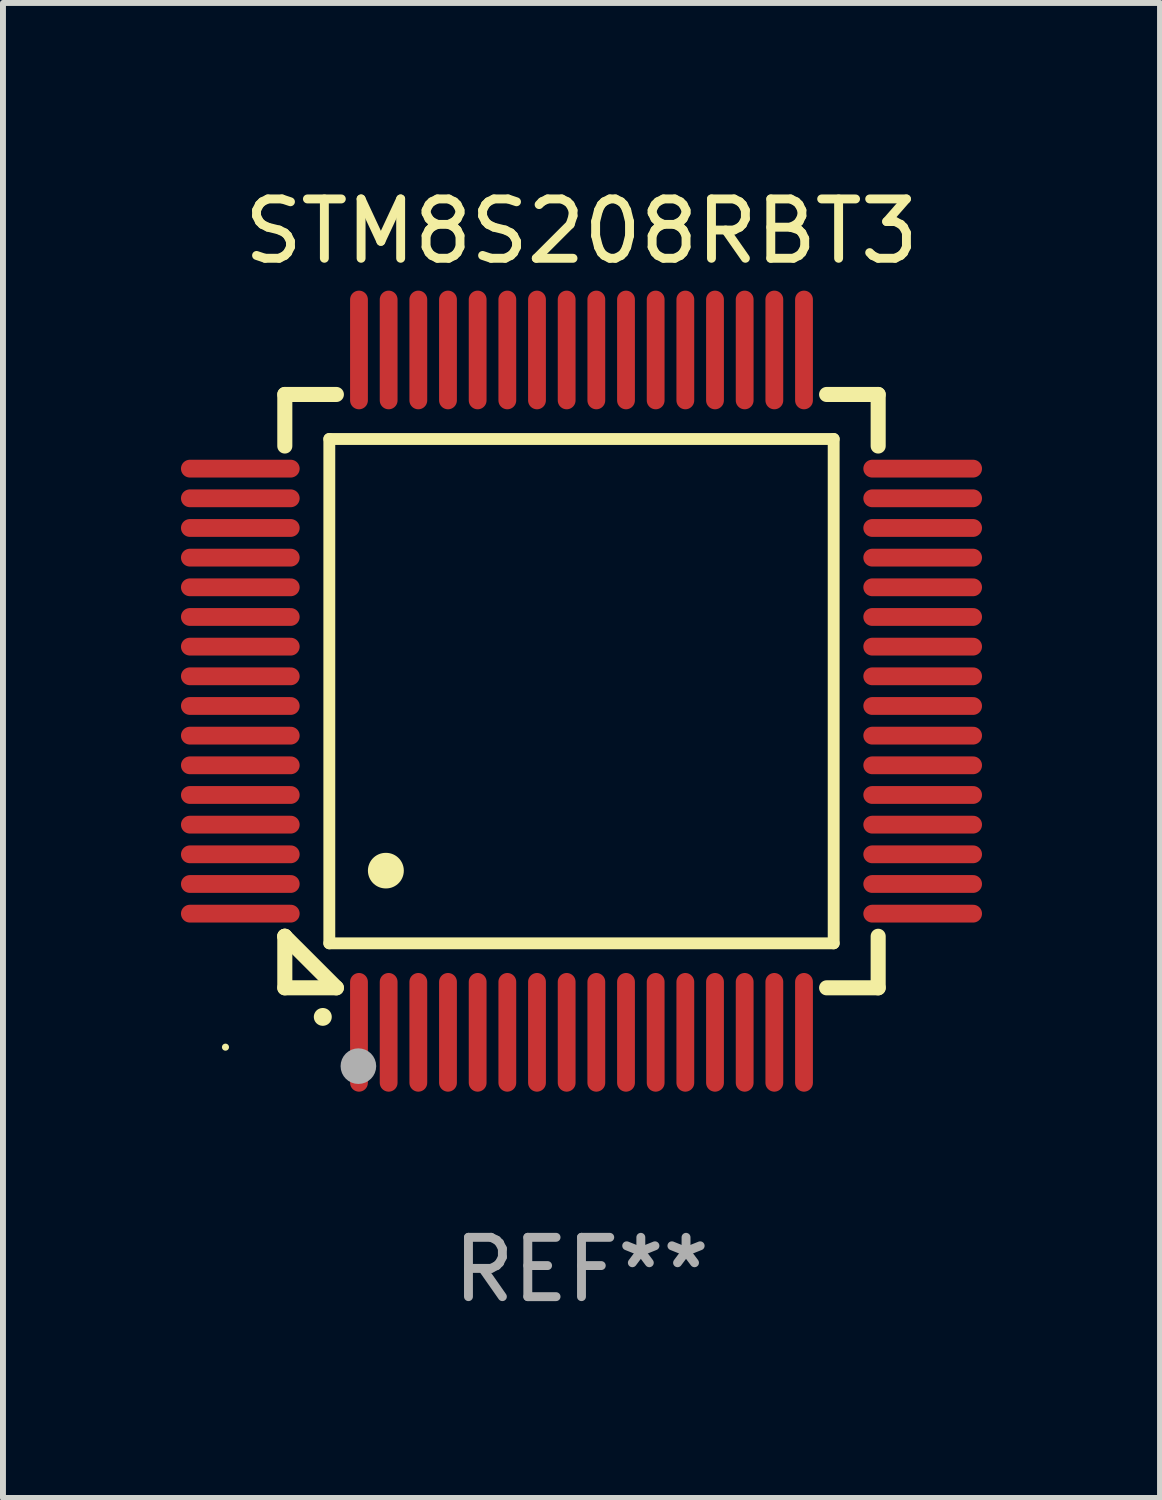
<source format=kicad_pcb>
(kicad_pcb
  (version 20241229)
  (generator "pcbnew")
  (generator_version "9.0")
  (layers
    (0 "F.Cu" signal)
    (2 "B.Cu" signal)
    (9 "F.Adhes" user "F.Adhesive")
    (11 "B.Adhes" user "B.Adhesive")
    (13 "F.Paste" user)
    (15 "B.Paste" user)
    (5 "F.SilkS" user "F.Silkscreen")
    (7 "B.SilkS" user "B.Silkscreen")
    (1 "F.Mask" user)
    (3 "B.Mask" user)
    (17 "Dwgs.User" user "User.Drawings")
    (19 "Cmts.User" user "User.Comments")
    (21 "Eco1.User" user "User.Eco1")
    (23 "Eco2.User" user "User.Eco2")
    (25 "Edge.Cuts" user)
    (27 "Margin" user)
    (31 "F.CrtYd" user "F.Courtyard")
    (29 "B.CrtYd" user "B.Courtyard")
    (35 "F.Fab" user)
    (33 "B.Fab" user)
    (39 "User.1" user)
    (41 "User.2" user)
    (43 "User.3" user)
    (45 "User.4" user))
  (footprint "STM8S208RBT3"
    (layer "F.Cu")
    (at 6.75 8.598)
    (property "Reference" "STM8S208RBT3" (at 0 -7.75 0) (layer "F.SilkS") (effects (font (size 1 1) (thickness 0.15))))
    (attr through_hole)
    (fp_line (start -5 -5) (end -4.131 -5) (stroke (width 0.254) (type solid)) (layer "F.SilkS"))
    (fp_line (start -5 -4.131) (end -5 -5) (stroke (width 0.254) (type solid)) (layer "F.SilkS"))
    (fp_line (start -5 4.131) (end -5 4.131) (stroke (width 0.254) (type solid)) (layer "F.SilkS"))
    (fp_line (start -5 5) (end -5 4.131) (stroke (width 0.254) (type solid)) (layer "F.SilkS"))
    (fp_line (start -5 4.131) (end -4.131 5) (stroke (width 0.254) (type solid)) (layer "F.SilkS"))
    (fp_line (start -4.25 -4.25) (end -4.25 4.25) (stroke (width 0.2) (type solid)) (layer "F.SilkS"))
    (fp_line (start -4.25 4.25) (end 4.25 4.25) (stroke (width 0.2) (type solid)) (layer "F.SilkS"))
    (fp_line (start -4.131 5) (end -5 5) (stroke (width 0.254) (type solid)) (layer "F.SilkS"))
    (fp_line (start 4.25 -4.25) (end -4.25 -4.25) (stroke (width 0.2) (type solid)) (layer "F.SilkS"))
    (fp_line (start 4.25 4.25) (end 4.25 -4.25) (stroke (width 0.2) (type solid)) (layer "F.SilkS"))
    (fp_line (start 5 -5) (end 4.131 -5) (stroke (width 0.254) (type solid)) (layer "F.SilkS"))
    (fp_line (start 5 -5) (end 5 -4.131) (stroke (width 0.254) (type solid)) (layer "F.SilkS"))
    (fp_line (start 5 4.131) (end 5 5) (stroke (width 0.254) (type solid)) (layer "F.SilkS"))
    (fp_line (start 5 5) (end 4.131 5) (stroke (width 0.254) (type solid)) (layer "F.SilkS"))
    (fp_arc (start -4.361265 5.489992) (mid -4.359995 5.489987) (end -4.358725 5.489992) (stroke (width 0.3) (type solid)) (layer "F.SilkS"))
    (fp_arc (start -3.299467 3.025146) (mid -3.296927 3.025135) (end -3.294387 3.025146) (stroke (width 0.6) (type solid)) (layer "F.SilkS"))
    (fp_circle (center -6 6) (end -5.97 6) (stroke (width 0.06) (type solid)) (fill no) (layer "F.SilkS"))
    (fp_circle (center -3.76 6.32) (end -3.61 6.32) (stroke (width 0.3) (type solid)) (fill no) (layer "F.Fab"))
    (fp_text user "REF**" (at 0 9.75 0) (layer "F.Fab") (effects (font (size 1 1) (thickness 0.15))))
    (pad "1" smd oval (at -3.75 5.75) (size 0.3 2) (layers "F.Cu" "F.Mask" "F.Paste"))
    (pad "2" smd oval (at -3.25 5.75) (size 0.3 2) (layers "F.Cu" "F.Mask" "F.Paste"))
    (pad "3" smd oval (at -2.75 5.75) (size 0.3 2) (layers "F.Cu" "F.Mask" "F.Paste"))
    (pad "4" smd oval (at -2.25 5.75) (size 0.3 2) (layers "F.Cu" "F.Mask" "F.Paste"))
    (pad "5" smd oval (at -1.75 5.75) (size 0.3 2) (layers "F.Cu" "F.Mask" "F.Paste"))
    (pad "6" smd oval (at -1.25 5.75) (size 0.3 2) (layers "F.Cu" "F.Mask" "F.Paste"))
    (pad "7" smd oval (at -0.75 5.75) (size 0.3 2) (layers "F.Cu" "F.Mask" "F.Paste"))
    (pad "8" smd oval (at -0.25 5.75) (size 0.3 2) (layers "F.Cu" "F.Mask" "F.Paste"))
    (pad "9" smd oval (at 0.25 5.75) (size 0.3 2) (layers "F.Cu" "F.Mask" "F.Paste"))
    (pad "10" smd oval (at 0.75 5.75) (size 0.3 2) (layers "F.Cu" "F.Mask" "F.Paste"))
    (pad "11" smd oval (at 1.25 5.75) (size 0.3 2) (layers "F.Cu" "F.Mask" "F.Paste"))
    (pad "12" smd oval (at 1.75 5.75) (size 0.3 2) (layers "F.Cu" "F.Mask" "F.Paste"))
    (pad "13" smd oval (at 2.25 5.75) (size 0.3 2) (layers "F.Cu" "F.Mask" "F.Paste"))
    (pad "14" smd oval (at 2.75 5.75) (size 0.3 2) (layers "F.Cu" "F.Mask" "F.Paste"))
    (pad "15" smd oval (at 3.25 5.75) (size 0.3 2) (layers "F.Cu" "F.Mask" "F.Paste"))
    (pad "16" smd oval (at 3.75 5.75) (size 0.3 2) (layers "F.Cu" "F.Mask" "F.Paste"))
    (pad "17" smd oval (at 5.75 3.75) (size 2 0.3) (layers "F.Cu" "F.Mask" "F.Paste"))
    (pad "18" smd oval (at 5.75 3.25) (size 2 0.3) (layers "F.Cu" "F.Mask" "F.Paste"))
    (pad "19" smd oval (at 5.75 2.75) (size 2 0.3) (layers "F.Cu" "F.Mask" "F.Paste"))
    (pad "20" smd oval (at 5.75 2.25) (size 2 0.3) (layers "F.Cu" "F.Mask" "F.Paste"))
    (pad "21" smd oval (at 5.75 1.75) (size 2 0.3) (layers "F.Cu" "F.Mask" "F.Paste"))
    (pad "22" smd oval (at 5.75 1.25) (size 2 0.3) (layers "F.Cu" "F.Mask" "F.Paste"))
    (pad "23" smd oval (at 5.75 0.75) (size 2 0.3) (layers "F.Cu" "F.Mask" "F.Paste"))
    (pad "24" smd oval (at 5.75 0.25) (size 2 0.3) (layers "F.Cu" "F.Mask" "F.Paste"))
    (pad "25" smd oval (at 5.75 -0.25) (size 2 0.3) (layers "F.Cu" "F.Mask" "F.Paste"))
    (pad "26" smd oval (at 5.75 -0.75) (size 2 0.3) (layers "F.Cu" "F.Mask" "F.Paste"))
    (pad "27" smd oval (at 5.75 -1.25) (size 2 0.3) (layers "F.Cu" "F.Mask" "F.Paste"))
    (pad "28" smd oval (at 5.75 -1.75) (size 2 0.3) (layers "F.Cu" "F.Mask" "F.Paste"))
    (pad "29" smd oval (at 5.75 -2.25) (size 2 0.3) (layers "F.Cu" "F.Mask" "F.Paste"))
    (pad "30" smd oval (at 5.75 -2.75) (size 2 0.3) (layers "F.Cu" "F.Mask" "F.Paste"))
    (pad "31" smd oval (at 5.75 -3.25) (size 2 0.3) (layers "F.Cu" "F.Mask" "F.Paste"))
    (pad "32" smd oval (at 5.75 -3.75) (size 2 0.3) (layers "F.Cu" "F.Mask" "F.Paste"))
    (pad "33" smd oval (at 3.75 -5.75) (size 0.3 2) (layers "F.Cu" "F.Mask" "F.Paste"))
    (pad "34" smd oval (at 3.25 -5.75) (size 0.3 2) (layers "F.Cu" "F.Mask" "F.Paste"))
    (pad "35" smd oval (at 2.75 -5.75) (size 0.3 2) (layers "F.Cu" "F.Mask" "F.Paste"))
    (pad "36" smd oval (at 2.25 -5.75) (size 0.3 2) (layers "F.Cu" "F.Mask" "F.Paste"))
    (pad "37" smd oval (at 1.75 -5.75) (size 0.3 2) (layers "F.Cu" "F.Mask" "F.Paste"))
    (pad "38" smd oval (at 1.25 -5.75) (size 0.3 2) (layers "F.Cu" "F.Mask" "F.Paste"))
    (pad "39" smd oval (at 0.75 -5.75) (size 0.3 2) (layers "F.Cu" "F.Mask" "F.Paste"))
    (pad "40" smd oval (at 0.25 -5.75) (size 0.3 2) (layers "F.Cu" "F.Mask" "F.Paste"))
    (pad "41" smd oval (at -0.25 -5.75) (size 0.3 2) (layers "F.Cu" "F.Mask" "F.Paste"))
    (pad "42" smd oval (at -0.75 -5.75) (size 0.3 2) (layers "F.Cu" "F.Mask" "F.Paste"))
    (pad "43" smd oval (at -1.25 -5.75) (size 0.3 2) (layers "F.Cu" "F.Mask" "F.Paste"))
    (pad "44" smd oval (at -1.75 -5.75) (size 0.3 2) (layers "F.Cu" "F.Mask" "F.Paste"))
    (pad "45" smd oval (at -2.25 -5.75) (size 0.3 2) (layers "F.Cu" "F.Mask" "F.Paste"))
    (pad "46" smd oval (at -2.75 -5.75) (size 0.3 2) (layers "F.Cu" "F.Mask" "F.Paste"))
    (pad "47" smd oval (at -3.25 -5.75) (size 0.3 2) (layers "F.Cu" "F.Mask" "F.Paste"))
    (pad "48" smd oval (at -3.75 -5.75) (size 0.3 2) (layers "F.Cu" "F.Mask" "F.Paste"))
    (pad "49" smd oval (at -5.75 -3.75) (size 2 0.3) (layers "F.Cu" "F.Mask" "F.Paste"))
    (pad "50" smd oval (at -5.75 -3.25) (size 2 0.3) (layers "F.Cu" "F.Mask" "F.Paste"))
    (pad "51" smd oval (at -5.75 -2.75) (size 2 0.3) (layers "F.Cu" "F.Mask" "F.Paste"))
    (pad "52" smd oval (at -5.75 -2.25) (size 2 0.3) (layers "F.Cu" "F.Mask" "F.Paste"))
    (pad "53" smd oval (at -5.75 -1.75) (size 2 0.3) (layers "F.Cu" "F.Mask" "F.Paste"))
    (pad "54" smd oval (at -5.75 -1.25) (size 2 0.3) (layers "F.Cu" "F.Mask" "F.Paste"))
    (pad "55" smd oval (at -5.75 -0.75) (size 2 0.3) (layers "F.Cu" "F.Mask" "F.Paste"))
    (pad "56" smd oval (at -5.75 -0.25) (size 2 0.3) (layers "F.Cu" "F.Mask" "F.Paste"))
    (pad "57" smd oval (at -5.75 0.25) (size 2 0.3) (layers "F.Cu" "F.Mask" "F.Paste"))
    (pad "58" smd oval (at -5.75 0.75) (size 2 0.3) (layers "F.Cu" "F.Mask" "F.Paste"))
    (pad "59" smd oval (at -5.75 1.25) (size 2 0.3) (layers "F.Cu" "F.Mask" "F.Paste"))
    (pad "60" smd oval (at -5.75 1.75) (size 2 0.3) (layers "F.Cu" "F.Mask" "F.Paste"))
    (pad "61" smd oval (at -5.75 2.25) (size 2 0.3) (layers "F.Cu" "F.Mask" "F.Paste"))
    (pad "62" smd oval (at -5.75 2.75) (size 2 0.3) (layers "F.Cu" "F.Mask" "F.Paste"))
    (pad "63" smd oval (at -5.75 3.25) (size 2 0.3) (layers "F.Cu" "F.Mask" "F.Paste"))
    (pad "64" smd oval (at -5.75 3.75) (size 2 0.3) (layers "F.Cu" "F.Mask" "F.Paste")))
  (gr_rect
    (start -3 -3)
    (end 16.5 22.196)
    (stroke (width 0.1) (type default))
    (fill no)
    (layer "Edge.Cuts")))
</source>
